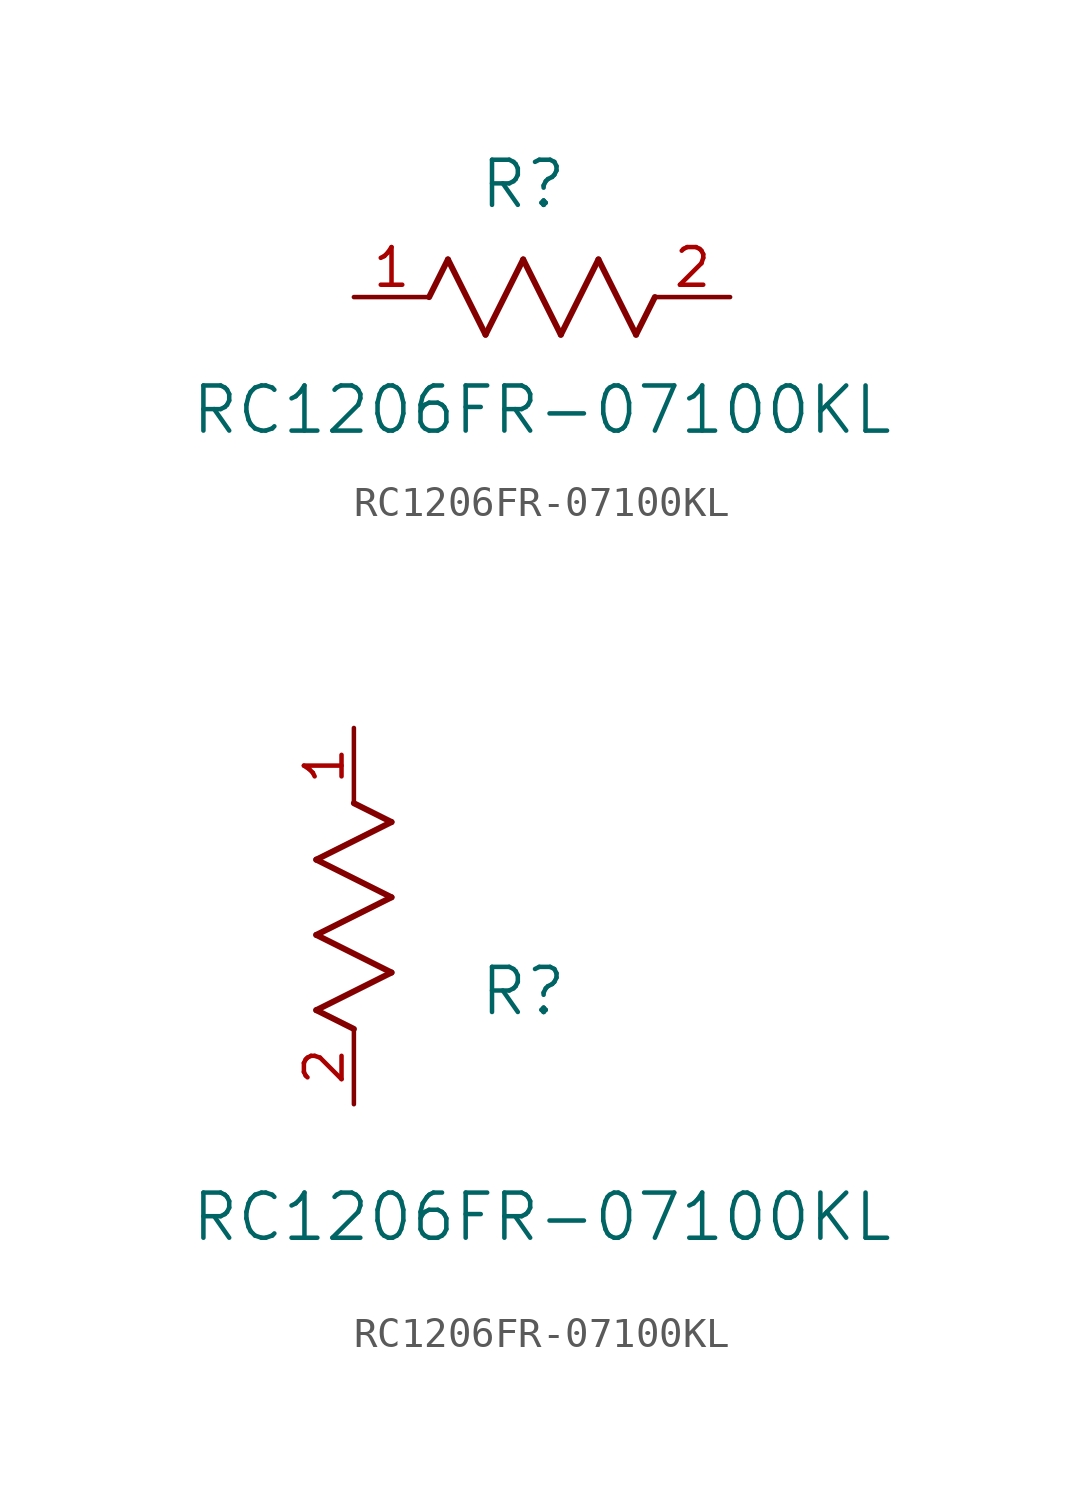
<source format=kicad_sym>
(kicad_symbol_lib
  (version 20211014)
  (generator kicad_symbol_editor)
  (symbol "RC1206FR-07100KL"
    (pin_names
      (offset 0.254))
    (property "Reference" "R"
      (at 5.715 3.81 0)
      (effects (font (size 1.524 1.524))))
    (property "Value" "RC1206FR-07100KL"
      (at 6.35 -3.81 0)
      (effects (font (size 1.524 1.524))))
    (symbol "RC1206FR-07100KL_1_1"
      (polyline (pts (xy 3.175 1.27) (xy 4.445 -1.27)) (stroke (width 0.203) (type default) (color 0 0 0 0)) (fill (type none)))
      (polyline (pts (xy 4.445 -1.27) (xy 5.715 1.27)) (stroke (width 0.203) (type default) (color 0 0 0 0)) (fill (type none)))
      (polyline (pts (xy 5.715 1.27) (xy 6.985 -1.27)) (stroke (width 0.203) (type default) (color 0 0 0 0)) (fill (type none)))
      (polyline (pts (xy 6.985 -1.27) (xy 8.255 1.27)) (stroke (width 0.203) (type default) (color 0 0 0 0)) (fill (type none)))
      (polyline (pts (xy 8.255 1.27) (xy 9.525 -1.27)) (stroke (width 0.203) (type default) (color 0 0 0 0)) (fill (type none)))
      (polyline (pts (xy 2.54 0) (xy 3.175 1.27)) (stroke (width 0.203) (type default) (color 0 0 0 0)) (fill (type none)))
      (polyline (pts (xy 9.525 -1.27) (xy 10.16 0)) (stroke (width 0.203) (type default) (color 0 0 0 0)) (fill (type none)))
      (pin unspecified line (at 0 0 0) (length 2.54) (name "" (effects (font (size 1.27 1.27)))) (number "1" (effects (font (size 1.27 1.27)))))
      (pin unspecified line (at 12.7 0 180) (length 2.54) (name "" (effects (font (size 1.27 1.27)))) (number "2" (effects (font (size 1.27 1.27))))))
    (symbol "RC1206FR-07100KL_1_2"
      (polyline (pts (xy 0 2.54) (xy -1.27 3.175)) (stroke (width 0.203) (type default) (color 0 0 0 0)) (fill (type none)))
      (polyline (pts (xy -1.27 3.175) (xy 1.27 4.445)) (stroke (width 0.203) (type default) (color 0 0 0 0)) (fill (type none)))
      (polyline (pts (xy 1.27 4.445) (xy -1.27 5.715)) (stroke (width 0.203) (type default) (color 0 0 0 0)) (fill (type none)))
      (polyline (pts (xy -1.27 5.715) (xy 1.27 6.985)) (stroke (width 0.203) (type default) (color 0 0 0 0)) (fill (type none)))
      (polyline (pts (xy -1.27 8.255) (xy 1.27 9.525)) (stroke (width 0.203) (type default) (color 0 0 0 0)) (fill (type none)))
      (polyline (pts (xy 1.27 9.525) (xy 0 10.16)) (stroke (width 0.203) (type default) (color 0 0 0 0)) (fill (type none)))
      (polyline (pts (xy 1.27 6.985) (xy -1.27 8.255)) (stroke (width 0.203) (type default) (color 0 0 0 0)) (fill (type none)))
      (pin unspecified line (at 0 12.7 270) (length 2.54) (name "" (effects (font (size 1.27 1.27)))) (number "1" (effects (font (size 1.27 1.27)))))
      (pin unspecified line (at 0 0 90) (length 2.54) (name "" (effects (font (size 1.27 1.27)))) (number "2" (effects (font (size 1.27 1.27))))))))
</source>
